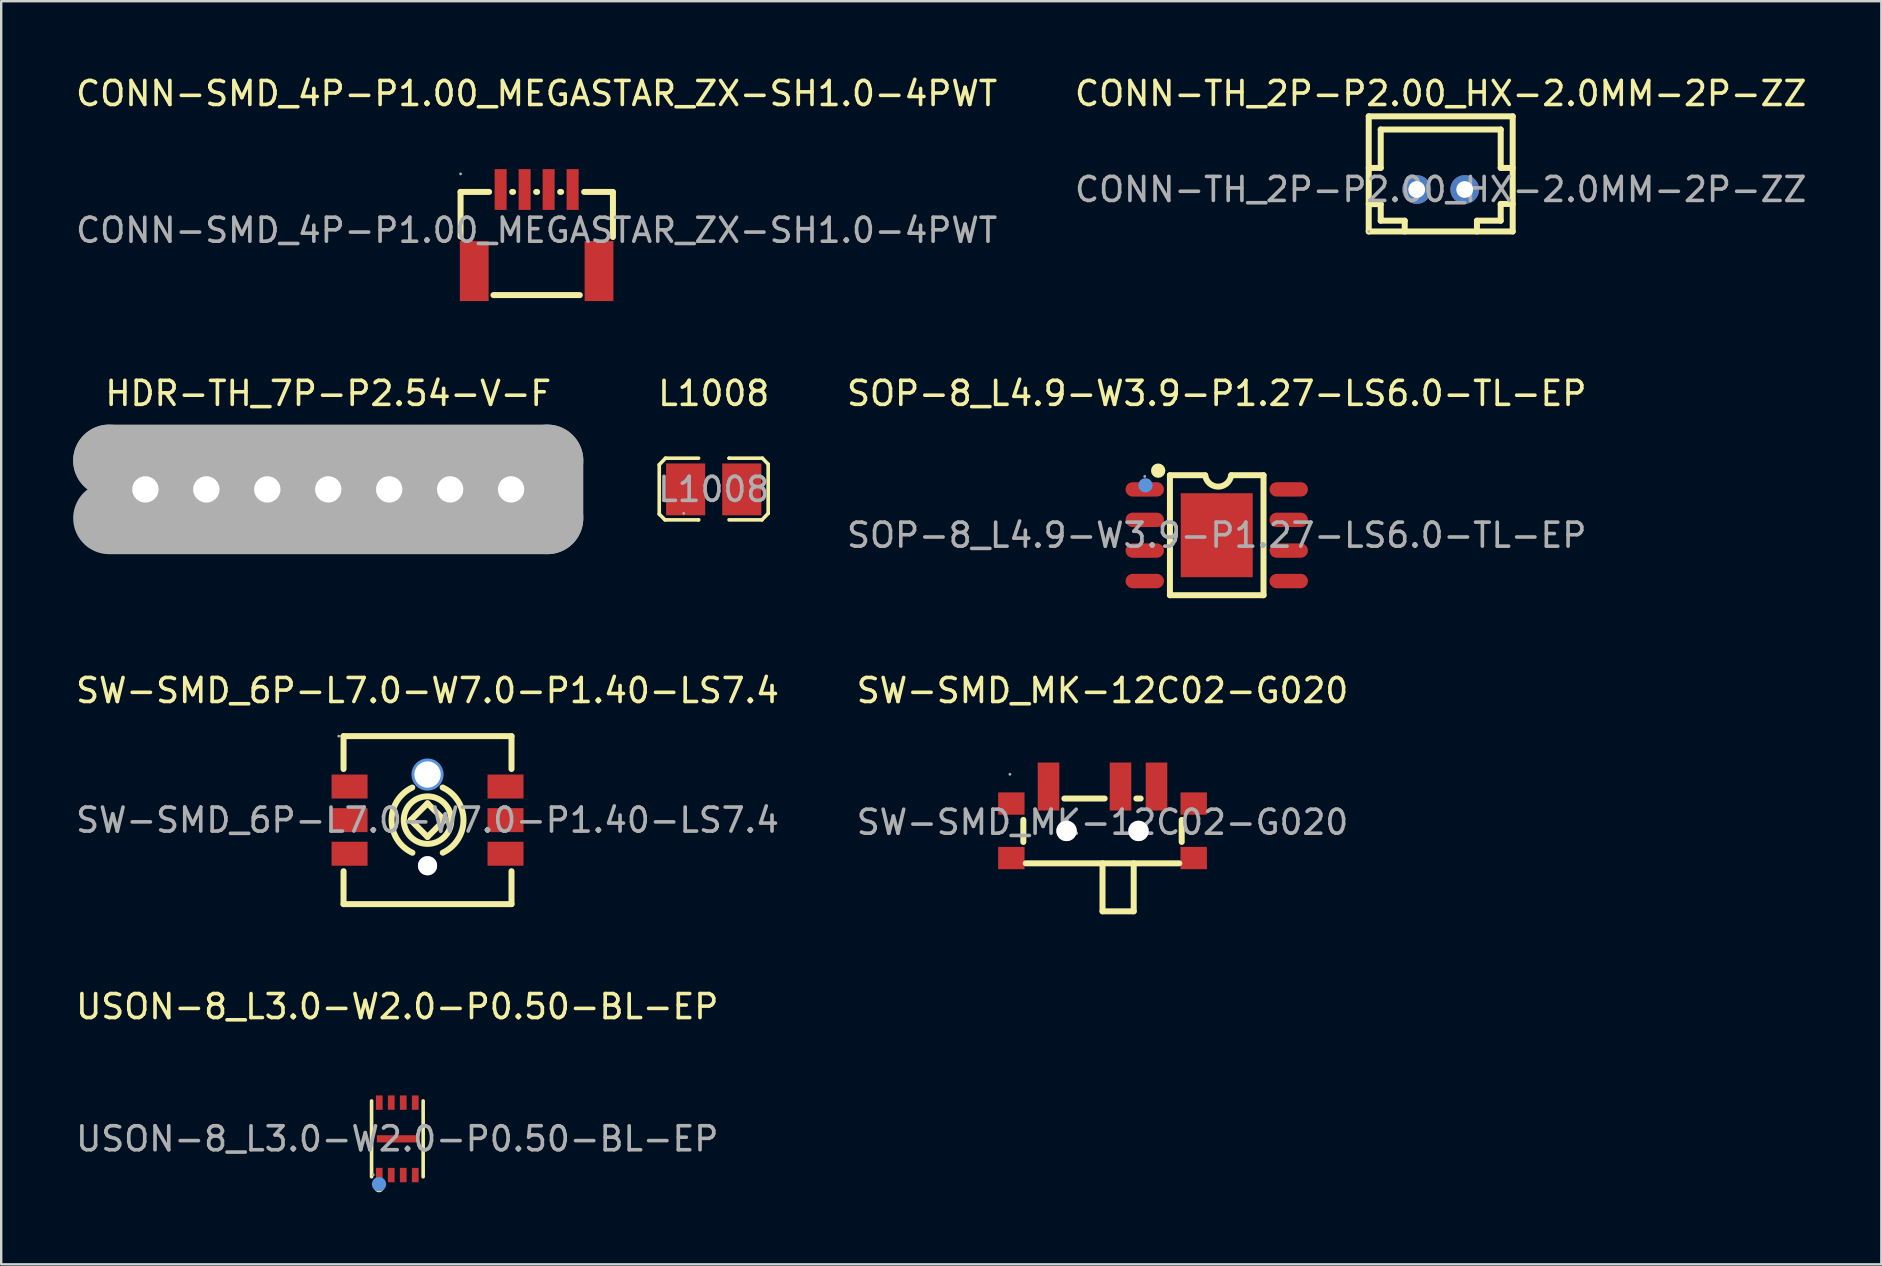
<source format=kicad_pcb>
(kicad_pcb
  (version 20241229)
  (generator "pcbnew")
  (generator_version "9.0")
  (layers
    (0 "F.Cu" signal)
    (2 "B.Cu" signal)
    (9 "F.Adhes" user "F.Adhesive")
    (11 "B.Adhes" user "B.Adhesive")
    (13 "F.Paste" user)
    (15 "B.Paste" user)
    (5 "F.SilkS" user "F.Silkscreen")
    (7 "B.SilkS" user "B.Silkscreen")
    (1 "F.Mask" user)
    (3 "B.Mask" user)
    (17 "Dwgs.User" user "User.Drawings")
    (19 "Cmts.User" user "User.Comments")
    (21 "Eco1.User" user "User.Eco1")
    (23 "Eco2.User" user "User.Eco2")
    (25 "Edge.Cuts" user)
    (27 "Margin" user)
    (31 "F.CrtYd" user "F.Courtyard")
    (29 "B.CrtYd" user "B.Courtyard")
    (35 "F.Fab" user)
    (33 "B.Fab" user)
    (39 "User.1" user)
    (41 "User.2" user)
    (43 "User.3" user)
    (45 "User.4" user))
  (footprint "SW-SMD_6P-L7.0-W7.0-P1.40-LS7.4"
    (layer "F.Cu")
    (at 14.768 31.13)
    (property "Reference" "SW-SMD_6P-L7.0-W7.0-P1.40-LS7.4" (at 0 -5.4 0) (layer "F.SilkS") (effects (font (size 1 1) (thickness 0.15))))
    (attr smd)
    (fp_line (start -3.5 -3.5) (end 3.5 -3.5) (stroke (width 0.25) (type solid)) (layer "F.SilkS"))
    (fp_line (start -3.5 -2.13) (end -3.5 -3.5) (stroke (width 0.25) (type solid)) (layer "F.SilkS"))
    (fp_line (start -3.5 3.5) (end -3.5 2.13) (stroke (width 0.25) (type solid)) (layer "F.SilkS"))
    (fp_line (start -0.7 0) (end -0.7 0) (stroke (width 0.25) (type solid)) (layer "F.SilkS"))
    (fp_line (start -0.7 0) (end 0 0.7) (stroke (width 0.25) (type solid)) (layer "F.SilkS"))
    (fp_line (start 0 -0.7) (end -0.7 0) (stroke (width 0.25) (type solid)) (layer "F.SilkS"))
    (fp_line (start 0 0.7) (end 0.7 0) (stroke (width 0.25) (type solid)) (layer "F.SilkS"))
    (fp_line (start 0.7 0) (end 0 -0.7) (stroke (width 0.25) (type solid)) (layer "F.SilkS"))
    (fp_line (start 0.7 0) (end 0.7 0) (stroke (width 0.25) (type solid)) (layer "F.SilkS"))
    (fp_line (start 3.5 -3.5) (end 3.5 -2.13) (stroke (width 0.25) (type solid)) (layer "F.SilkS"))
    (fp_line (start 3.5 2.13) (end 3.5 3.5) (stroke (width 0.25) (type solid)) (layer "F.SilkS"))
    (fp_line (start 3.5 3.5) (end -3.5 3.5) (stroke (width 0.25) (type solid)) (layer "F.SilkS"))
    (fp_arc (start -0.63 1.36) (mid -1.498831 0.002479) (end -0.634495 -1.357909) (stroke (width 0.25) (type solid)) (layer "F.SilkS"))
    (fp_arc (start 0.63 -1.36) (mid 1.498831 -0.002479) (end 0.634495 1.357909) (stroke (width 0.25) (type solid)) (layer "F.SilkS"))
    (fp_circle (center 0 0) (end 0.99 0) (stroke (width 0.25) (type solid)) (fill no) (layer "F.SilkS"))
    (fp_circle (center 0 -1.9) (end 0.22 -1.9) (stroke (width 0.45) (type solid)) (fill no) (layer "Cmts.User"))
    (fp_circle (center 0 1.9) (end 0.15 1.9) (stroke (width 0.3) (type solid)) (fill no) (layer "Cmts.User"))
    (fp_circle (center -3.7 -3.5) (end -3.67 -3.5) (stroke (width 0.06) (type solid)) (fill no) (layer "F.Fab"))
    (fp_text user "${REFERENCE}" (at 0 0 0) (layer "F.Fab") (effects (font (size 1 1) (thickness 0.15))))
    (pad "" thru_hole circle (at 0 -1.9) (size 1.1 1.1) (drill 1.1) (layers "*.Cu" "*.Mask"))
    (pad "" thru_hole circle (at 0 1.9) (size 0.8 0.8) (drill 0.8) (layers "*.Cu" "*.Mask"))
    (pad "1" smd rect (at -3.25 -1.4) (size 1.5 1) (layers "F.Cu" "F.Mask" "F.Paste"))
    (pad "2" smd rect (at -3.25 0) (size 1.5 1) (layers "F.Cu" "F.Mask" "F.Paste"))
    (pad "3" smd rect (at -3.25 1.4) (size 1.5 1) (layers "F.Cu" "F.Mask" "F.Paste"))
    (pad "4" smd rect (at 3.25 1.4) (size 1.5 1) (layers "F.Cu" "F.Mask" "F.Paste"))
    (pad "5" smd rect (at 3.25 0) (size 1.5 1) (layers "F.Cu" "F.Mask" "F.Paste"))
    (pad "6" smd rect (at 3.25 -1.4) (size 1.5 1) (layers "F.Cu" "F.Mask" "F.Paste")))
  (footprint "L1008"
    (layer "F.Cu")
    (at 26.695 17.346)
    (property "Reference" "L1008" (at 0 -4 0) (layer "F.SilkS") (effects (font (size 1 1) (thickness 0.15))))
    (attr smd)
    (fp_line (start -2.27 -1.03) (end -2.01 -1.3) (stroke (width 0.15) (type solid)) (layer "F.SilkS"))
    (fp_line (start -2.27 1.03) (end -2.27 -1.03) (stroke (width 0.15) (type solid)) (layer "F.SilkS"))
    (fp_line (start -2.03 1.27) (end -2.27 1.03) (stroke (width 0.15) (type solid)) (layer "F.SilkS"))
    (fp_line (start -2.01 -1.3) (end -0.63 -1.3) (stroke (width 0.15) (type solid)) (layer "F.SilkS"))
    (fp_line (start -0.63 1.27) (end -2.03 1.27) (stroke (width 0.15) (type solid)) (layer "F.SilkS"))
    (fp_line (start -0.63 1.27) (end -0.63 1.27) (stroke (width 0.15) (type solid)) (layer "F.SilkS"))
    (fp_line (start 0.64 -1.3) (end 0.64 -1.3) (stroke (width 0.15) (type solid)) (layer "F.SilkS"))
    (fp_line (start 0.64 -1.3) (end 2.03 -1.3) (stroke (width 0.15) (type solid)) (layer "F.SilkS"))
    (fp_line (start 2.01 1.27) (end 0.64 1.27) (stroke (width 0.15) (type solid)) (layer "F.SilkS"))
    (fp_line (start 2.03 -1.3) (end 2.27 -1.05) (stroke (width 0.15) (type solid)) (layer "F.SilkS"))
    (fp_line (start 2.27 -1.05) (end 2.27 1) (stroke (width 0.15) (type solid)) (layer "F.SilkS"))
    (fp_line (start 2.27 1) (end 2.01 1.27) (stroke (width 0.15) (type solid)) (layer "F.SilkS"))
    (fp_circle (center -1.25 1) (end -1.22 1) (stroke (width 0.06) (type solid)) (fill no) (layer "F.Fab"))
    (fp_text user "${REFERENCE}" (at 0 0 0) (layer "F.Fab") (effects (font (size 1 1) (thickness 0.15))))
    (pad "1" smd rect (at -1.17 0) (size 1.63 2.16) (layers "F.Cu" "F.Mask" "F.Paste"))
    (pad "2" smd rect (at 1.17 0) (size 1.63 2.16) (layers "F.Cu" "F.Mask" "F.Paste")))
  (footprint "HDR-TH_7P-P2.54-V-F"
    (layer "F.Cu")
    (at 10.63 17.346)
    (property "Reference" "HDR-TH_7P-P2.54-V-F" (at 0 -4 0) (layer "F.SilkS") (effects (font (size 1 1) (thickness 0.15))))
    (attr through_hole)
    (fp_line (start -6.35 -1.14) (end -6.35 1.14) (stroke (width 0.25) (type solid)) (layer "F.SilkS"))
    (fp_line (start -9.13 -1.2) (end -9.13 -1.2) (stroke (width 3) (type solid)) (layer "F.Fab"))
    (fp_line (start -9.13 -1.2) (end 9.13 -1.2) (stroke (width 3) (type solid)) (layer "F.Fab"))
    (fp_line (start 9.13 -1.2) (end 9.13 1.2) (stroke (width 3) (type solid)) (layer "F.Fab"))
    (fp_line (start 9.13 1.2) (end -9.13 1.2) (stroke (width 3) (type solid)) (layer "F.Fab"))
    (fp_circle (center -9.14 1.25) (end -9.11 1.25) (stroke (width 0.06) (type solid)) (fill no) (layer "F.Fab"))
    (fp_text user "${REFERENCE}" (at 0 0 0) (layer "F.Fab") (effects (font (size 1 1) (thickness 0.15))))
    (pad "1" thru_hole rect (at -7.62 0) (size 1.57 1.7) (drill 1.1) (layers "*.Cu" "*.Mask"))
    (pad "2" thru_hole circle (at -5.08 0) (size 1.7 1.7) (drill 1.1) (layers "*.Cu" "*.Mask"))
    (pad "3" thru_hole circle (at -2.54 0) (size 1.7 1.7) (drill 1.1) (layers "*.Cu" "*.Mask"))
    (pad "4" thru_hole circle (at 0 0) (size 1.7 1.7) (drill 1.1) (layers "*.Cu" "*.Mask"))
    (pad "5" thru_hole circle (at 2.54 0) (size 1.7 1.7) (drill 1.1) (layers "*.Cu" "*.Mask"))
    (pad "6" thru_hole circle (at 5.08 0) (size 1.7 1.7) (drill 1.1) (layers "*.Cu" "*.Mask"))
    (pad "7" thru_hole circle (at 7.62 0) (size 1.7 1.7) (drill 1.1) (layers "*.Cu" "*.Mask")))
  (footprint "CONN-SMD_4P-P1.00_MEGASTAR_ZX-SH1.0-4PWT"
    (layer "F.Cu")
    (at 19.315 6.548)
    (property "Reference" "CONN-SMD_4P-P1.00_MEGASTAR_ZX-SH1.0-4PWT" (at 0 -5.7 0) (layer "F.SilkS") (effects (font (size 1 1) (thickness 0.15))))
    (attr smd)
    (fp_line (start -3.17 -1.6) (end -3.17 0.26) (stroke (width 0.25) (type solid)) (layer "F.SilkS"))
    (fp_line (start -1.98 -1.6) (end -3.17 -1.6) (stroke (width 0.25) (type solid)) (layer "F.SilkS"))
    (fp_line (start -1.8 2.7) (end 1.8 2.7) (stroke (width 0.25) (type solid)) (layer "F.SilkS"))
    (fp_line (start -1.02 -1.6) (end -0.98 -1.6) (stroke (width 0.25) (type solid)) (layer "F.SilkS"))
    (fp_line (start -0.02 -1.6) (end 0.02 -1.6) (stroke (width 0.25) (type solid)) (layer "F.SilkS"))
    (fp_line (start 0.98 -1.6) (end 1.02 -1.6) (stroke (width 0.25) (type solid)) (layer "F.SilkS"))
    (fp_line (start 1.98 -1.6) (end 3.18 -1.6) (stroke (width 0.25) (type solid)) (layer "F.SilkS"))
    (fp_line (start 3.18 -1.58) (end 3.18 0.28) (stroke (width 0.25) (type solid)) (layer "F.SilkS"))
    (fp_circle (center -3.17 -2.35) (end -3.14 -2.35) (stroke (width 0.06) (type solid)) (fill no) (layer "F.Fab"))
    (fp_text user "${REFERENCE}" (at 0 0 0) (layer "F.Fab") (effects (font (size 1 1) (thickness 0.15))))
    (pad "1" smd rect (at -1.5 -1.7) (size 0.5 1.7) (layers "F.Cu" "F.Mask" "F.Paste"))
    (pad "2" smd rect (at -0.5 -1.7) (size 0.5 1.7) (layers "F.Cu" "F.Mask" "F.Paste"))
    (pad "3" smd rect (at 0.5 -1.7) (size 0.5 1.7) (layers "F.Cu" "F.Mask" "F.Paste"))
    (pad "4" smd rect (at 1.5 -1.7) (size 0.5 1.7) (layers "F.Cu" "F.Mask" "F.Paste"))
    (pad "5" smd rect (at 2.6 1.7) (size 1.2 2.5) (layers "F.Cu" "F.Mask" "F.Paste"))
    (pad "6" smd rect (at -2.6 1.7) (size 1.2 2.5) (layers "F.Cu" "F.Mask" "F.Paste")))
  (footprint "SW-SMD_MK-12C02-G020"
    (layer "F.Cu")
    (at 42.899 31.22)
    (property "Reference" "SW-SMD_MK-12C02-G020" (at 0 -5.49 0) (layer "F.SilkS") (effects (font (size 1 1) (thickness 0.15))))
    (attr smd)
    (fp_line (start -3.3 0.82) (end -3.3 -0.1) (stroke (width 0.25) (type solid)) (layer "F.SilkS"))
    (fp_line (start 0 3.71) (end 0 1.71) (stroke (width 0.25) (type solid)) (layer "F.SilkS"))
    (fp_line (start 0.09 -0.99) (end -1.59 -0.99) (stroke (width 0.25) (type solid)) (layer "F.SilkS"))
    (fp_line (start 1.3 1.71) (end 1.3 3.71) (stroke (width 0.25) (type solid)) (layer "F.SilkS"))
    (fp_line (start 1.3 3.71) (end 0 3.71) (stroke (width 0.25) (type solid)) (layer "F.SilkS"))
    (fp_line (start 1.59 -0.99) (end 1.41 -0.99) (stroke (width 0.25) (type solid)) (layer "F.SilkS"))
    (fp_line (start 3.2 1.71) (end -3.2 1.71) (stroke (width 0.25) (type solid)) (layer "F.SilkS"))
    (fp_line (start 3.3 0.82) (end 3.3 -0.1) (stroke (width 0.25) (type solid)) (layer "F.SilkS"))
    (fp_circle (center -1.5 0.36) (end -1.34 0.36) (stroke (width 0.32) (type solid)) (fill no) (layer "Cmts.User"))
    (fp_circle (center 1.5 0.36) (end 1.66 0.36) (stroke (width 0.32) (type solid)) (fill no) (layer "Cmts.User"))
    (fp_circle (center -3.86 -2) (end -3.83 -2) (stroke (width 0.06) (type solid)) (fill no) (layer "F.Fab"))
    (fp_text user "${REFERENCE}" (at 0 0 0) (layer "F.Fab") (effects (font (size 1 1) (thickness 0.15))))
    (pad "" thru_hole circle (at -1.5 0.36) (size 0.85 0.85) (drill 0.85) (layers "*.Cu" "*.Mask"))
    (pad "" thru_hole circle (at 1.5 0.36) (size 0.85 0.85) (drill 0.85) (layers "*.Cu" "*.Mask"))
    (pad "1" smd rect (at -2.25 -1.49) (size 0.9 2) (layers "F.Cu" "F.Mask" "F.Paste"))
    (pad "2" smd rect (at 0.75 -1.49) (size 0.9 2) (layers "F.Cu" "F.Mask" "F.Paste"))
    (pad "3" smd rect (at 2.25 -1.49) (size 0.9 2) (layers "F.Cu" "F.Mask" "F.Paste"))
    (pad "4" smd rect (at 3.8 -0.78) (size 1.1 0.93) (layers "F.Cu" "F.Mask" "F.Paste"))
    (pad "5" smd rect (at 3.8 1.49) (size 1.1 0.93) (layers "F.Cu" "F.Mask" "F.Paste"))
    (pad "6" smd rect (at -3.8 1.49) (size 1.1 0.93) (layers "F.Cu" "F.Mask" "F.Paste"))
    (pad "7" smd rect (at -3.8 -0.78 180) (size 1.1 0.93) (layers "F.Cu" "F.Mask" "F.Paste")))
  (footprint "CONN-TH_2P-P2.00_HX-2.0MM-2P-ZZ"
    (layer "F.Cu")
    (at 56.994 4.848)
    (property "Reference" "CONN-TH_2P-P2.00_HX-2.0MM-2P-ZZ" (at 0 -4 0) (layer "F.SilkS") (effects (font (size 1 1) (thickness 0.15))))
    (attr through_hole)
    (fp_line (start -3 -0.9) (end -2.5 -0.9) (stroke (width 0.25) (type solid)) (layer "F.SilkS"))
    (fp_line (start -3 0.61) (end -2.5 0.61) (stroke (width 0.25) (type solid)) (layer "F.SilkS"))
    (fp_line (start -3 1.75) (end -3 -3.05) (stroke (width 0.25) (type solid)) (layer "F.SilkS"))
    (fp_line (start -2.5 -2.5) (end 2.5 -2.5) (stroke (width 0.25) (type solid)) (layer "F.SilkS"))
    (fp_line (start -2.5 -0.9) (end -2.5 -2.5) (stroke (width 0.25) (type solid)) (layer "F.SilkS"))
    (fp_line (start -2.5 0.61) (end -2.5 1.3) (stroke (width 0.25) (type solid)) (layer "F.SilkS"))
    (fp_line (start -2.5 1.3) (end -1.5 1.3) (stroke (width 0.25) (type solid)) (layer "F.SilkS"))
    (fp_line (start -1.5 1.3) (end -1.5 1.75) (stroke (width 0.25) (type solid)) (layer "F.SilkS"))
    (fp_line (start 1.51 1.3) (end 2.5 1.3) (stroke (width 0.25) (type solid)) (layer "F.SilkS"))
    (fp_line (start 1.51 1.75) (end 1.51 1.3) (stroke (width 0.25) (type solid)) (layer "F.SilkS"))
    (fp_line (start 2.5 -2.5) (end 2.5 -0.9) (stroke (width 0.25) (type solid)) (layer "F.SilkS"))
    (fp_line (start 2.5 -0.9) (end 3 -0.9) (stroke (width 0.25) (type solid)) (layer "F.SilkS"))
    (fp_line (start 2.5 0.6) (end 3 0.6) (stroke (width 0.25) (type solid)) (layer "F.SilkS"))
    (fp_line (start 2.5 1.3) (end 2.5 0.6) (stroke (width 0.25) (type solid)) (layer "F.SilkS"))
    (fp_line (start 3 -3.05) (end -3 -3.05) (stroke (width 0.25) (type solid)) (layer "F.SilkS"))
    (fp_line (start 3 1.75) (end -3 1.75) (stroke (width 0.25) (type solid)) (layer "F.SilkS"))
    (fp_line (start 3 1.75) (end 3 -3.05) (stroke (width 0.25) (type solid)) (layer "F.SilkS"))
    (fp_circle (center -3 1.75) (end -2.97 1.75) (stroke (width 0.06) (type solid)) (fill no) (layer "F.Fab"))
    (fp_text user "${REFERENCE}" (at 0 0 0) (layer "F.Fab") (effects (font (size 1 1) (thickness 0.15))))
    (pad "1" thru_hole circle (at -1 0 180) (size 1.2 1.2) (drill 0.7) (layers "*.Cu" "*.Mask"))
    (pad "2" thru_hole circle (at 1 0 180) (size 1.2 1.2) (drill 0.7) (layers "*.Cu" "*.Mask")))
  (footprint "USON-8_L3.0-W2.0-P0.50-BL-EP"
    (layer "F.Cu")
    (at 13.506 44.413)
    (property "Reference" "USON-8_L3.0-W2.0-P0.50-BL-EP" (at 0 -5.51 0) (layer "F.SilkS") (effects (font (size 1 1) (thickness 0.15))))
    (attr smd)
    (fp_line (start -1.07 -1.58) (end -1.07 1.58) (stroke (width 0.15) (type solid)) (layer "F.SilkS"))
    (fp_line (start 1.08 1.58) (end 1.08 -1.58) (stroke (width 0.15) (type solid)) (layer "F.SilkS"))
    (fp_circle (center -0.76 2.03) (end -0.66 2.03) (stroke (width 0.2) (type solid)) (fill no) (layer "F.SilkS"))
    (fp_circle (center -0.76 1.89) (end -0.61 1.89) (stroke (width 0.3) (type solid)) (fill no) (layer "Cmts.User"))
    (fp_circle (center -1 1.5) (end -0.97 1.5) (stroke (width 0.06) (type solid)) (fill no) (layer "F.Fab"))
    (fp_text user "${REFERENCE}" (at 0 0 0) (layer "F.Fab") (effects (font (size 1 1) (thickness 0.15))))
    (pad "1" smd rect (at -0.75 1.51 270) (size 0.6 0.28) (layers "F.Cu" "F.Mask" "F.Paste"))
    (pad "2" smd rect (at -0.25 1.51 270) (size 0.6 0.28) (layers "F.Cu" "F.Mask" "F.Paste"))
    (pad "3" smd rect (at 0.25 1.51 270) (size 0.6 0.28) (layers "F.Cu" "F.Mask" "F.Paste"))
    (pad "4" smd rect (at 0.75 1.51 270) (size 0.6 0.28) (layers "F.Cu" "F.Mask" "F.Paste"))
    (pad "5" smd rect (at 0.75 -1.51 270) (size 0.6 0.28) (layers "F.Cu" "F.Mask" "F.Paste"))
    (pad "6" smd rect (at 0.25 -1.51 270) (size 0.6 0.28) (layers "F.Cu" "F.Mask" "F.Paste"))
    (pad "7" smd rect (at -0.25 -1.51 270) (size 0.6 0.28) (layers "F.Cu" "F.Mask" "F.Paste"))
    (pad "8" smd rect (at -0.75 -1.51 270) (size 0.6 0.28) (layers "F.Cu" "F.Mask" "F.Paste"))
    (pad "9" smd rect (at 0 0 90) (size 0.3 1.7) (layers "F.Cu" "F.Mask" "F.Paste")))
  (footprint "SOP-8_L4.9-W3.9-P1.27-LS6.0-TL-EP"
    (layer "F.Cu")
    (at 47.659 19.256)
    (property "Reference" "SOP-8_L4.9-W3.9-P1.27-LS6.0-TL-EP" (at 0 -5.91 0) (layer "F.SilkS") (effects (font (size 1 1) (thickness 0.15))))
    (attr smd)
    (fp_line (start -1.95 -2.5) (end -0.48 -2.5) (stroke (width 0.25) (type solid)) (layer "F.SilkS"))
    (fp_line (start -1.95 2.5) (end -1.95 -2.5) (stroke (width 0.25) (type solid)) (layer "F.SilkS"))
    (fp_line (start -1.95 2.5) (end 1.95 2.5) (stroke (width 0.25) (type solid)) (layer "F.SilkS"))
    (fp_line (start 1.95 -2.5) (end 0.61 -2.5) (stroke (width 0.25) (type solid)) (layer "F.SilkS"))
    (fp_line (start 1.95 2.5) (end 1.95 -2.5) (stroke (width 0.25) (type solid)) (layer "F.SilkS"))
    (fp_arc (start -2.44 -2.69) (mid -2.44 -2.69) (end -2.44 -2.69) (stroke (width 0.3) (type solid)) (layer "F.SilkS"))
    (fp_arc (start 0.601821 -2.503444) (mid 0.066783 -2.024149) (end -0.48 -2.49) (stroke (width 0.25) (type solid)) (layer "F.SilkS"))
    (fp_circle (center -2.97 -2.08) (end -2.82 -2.08) (stroke (width 0.3) (type solid)) (fill no) (layer "Cmts.User"))
    (fp_circle (center -3 -2.45) (end -2.97 -2.45) (stroke (width 0.06) (type solid)) (fill no) (layer "F.Fab"))
    (fp_text user "${REFERENCE}" (at 0 0 0) (layer "F.Fab") (effects (font (size 1 1) (thickness 0.15))))
    (pad "1" smd oval (at -3 -1.91) (size 1.6 0.6) (layers "F.Cu" "F.Mask" "F.Paste"))
    (pad "2" smd oval (at -3 -0.64) (size 1.6 0.6) (layers "F.Cu" "F.Mask" "F.Paste"))
    (pad "3" smd oval (at -3 0.64) (size 1.6 0.6) (layers "F.Cu" "F.Mask" "F.Paste"))
    (pad "4" smd oval (at -3 1.91) (size 1.6 0.6) (layers "F.Cu" "F.Mask" "F.Paste"))
    (pad "5" smd oval (at 3 1.91) (size 1.6 0.6) (layers "F.Cu" "F.Mask" "F.Paste"))
    (pad "6" smd oval (at 3 0.64) (size 1.6 0.6) (layers "F.Cu" "F.Mask" "F.Paste"))
    (pad "7" smd oval (at 3 -0.64) (size 1.6 0.6) (layers "F.Cu" "F.Mask" "F.Paste"))
    (pad "8" smd oval (at 3 -1.91) (size 1.6 0.6) (layers "F.Cu" "F.Mask" "F.Paste"))
    (pad "9" smd rect (at 0 0) (size 3 3.5) (layers "F.Cu" "F.Mask" "F.Paste")))
  (gr_rect
    (start -3 -3)
    (end 75.357 49.643)
    (stroke (width 0.1) (type default))
    (fill no)
    (layer "Edge.Cuts")))
</source>
